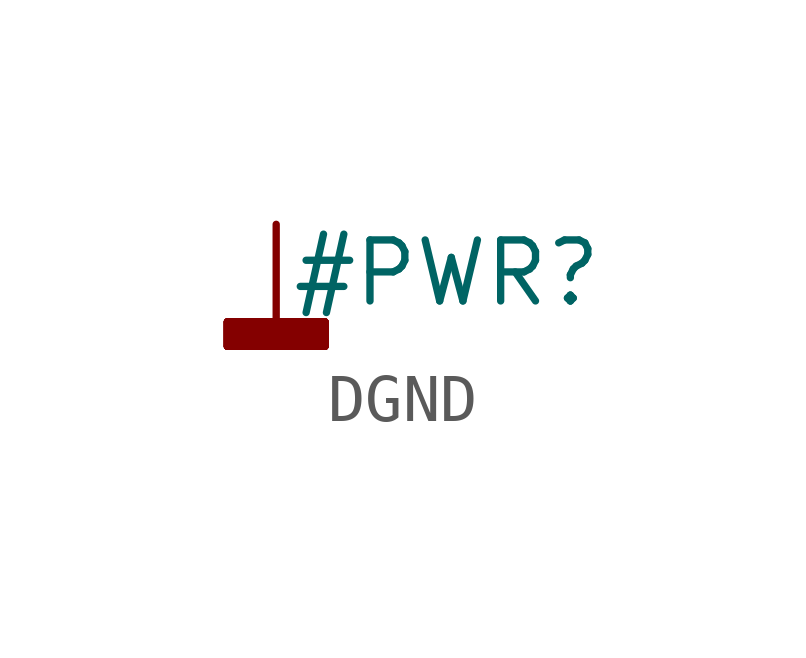
<source format=kicad_sym>
(kicad_symbol_lib
  (version 20241209)
  (generator "kicad_symbol_editor")
  (generator_version "9.0")
  (symbol "DGND"
    (power)
    (property "Reference" "#PWR"
      (at 3.556 -1.016 0)
      (effects (font (size 1.27 1.27))))
    (property "Value" ""
      (at 0 0 0)
      (effects (font (size 1.27 1.27))))
    (symbol "DGND_0_1"
      (rectangle (start -1.016 -2.032) (end 1.016 -2.54) (stroke (width 0) (type default)) (fill (type none)))
      (rectangle (start -1.016 -2.032) (end 1.016 -2.54) (stroke (width 0) (type default)) (fill (type none)))
      (rectangle (start -1.016 -2.032) (end 1.016 -2.54) (stroke (width 0) (type solid)) (fill (type none)))
      (polyline (pts (xy -1.016 -2.032) (xy -1.016 -2.54)) (stroke (width 0) (type default)) (fill (type none)))
      (polyline (pts (xy 0 0) (xy 0 -2.54) (xy -1.016 -2.54) (xy 1.016 -2.54) (xy 1.016 -2.032) (xy -1.016 -2.032)) (stroke (width 0) (type default)) (fill (type none)))
      (polyline (pts (xy 1.016 -2.032) (xy -1.016 -2.032) (xy -1.016 -2.54) (xy 1.016 -2.54) (xy 1.016 -2.032)) (stroke (width 0) (type solid)) (fill (type none)))
      (rectangle (start 1.016 -2.54) (end -1.016 -2.032) (stroke (width 0) (type solid)) (fill (type none))))
    (symbol "DGND_1_1"
      (text_box "" (at -1.016 -2.032 0) (size 2.032 -0.508) (margins 1.016 1.016 1.016 1.016) (stroke (width 0) (type solid)) (fill (type color) (color 132 0 0 1)) (effects (font (size 1.27 1.27) (color 132 0 0 1)) (justify left top)))
      (pin passive line (at 0 0 270) (length 0) (hide yes) (name "DGND" (effects (font (size 1.27 1.27)))) (number "1" (effects (font (size 1.27 1.27))))))))
</source>
